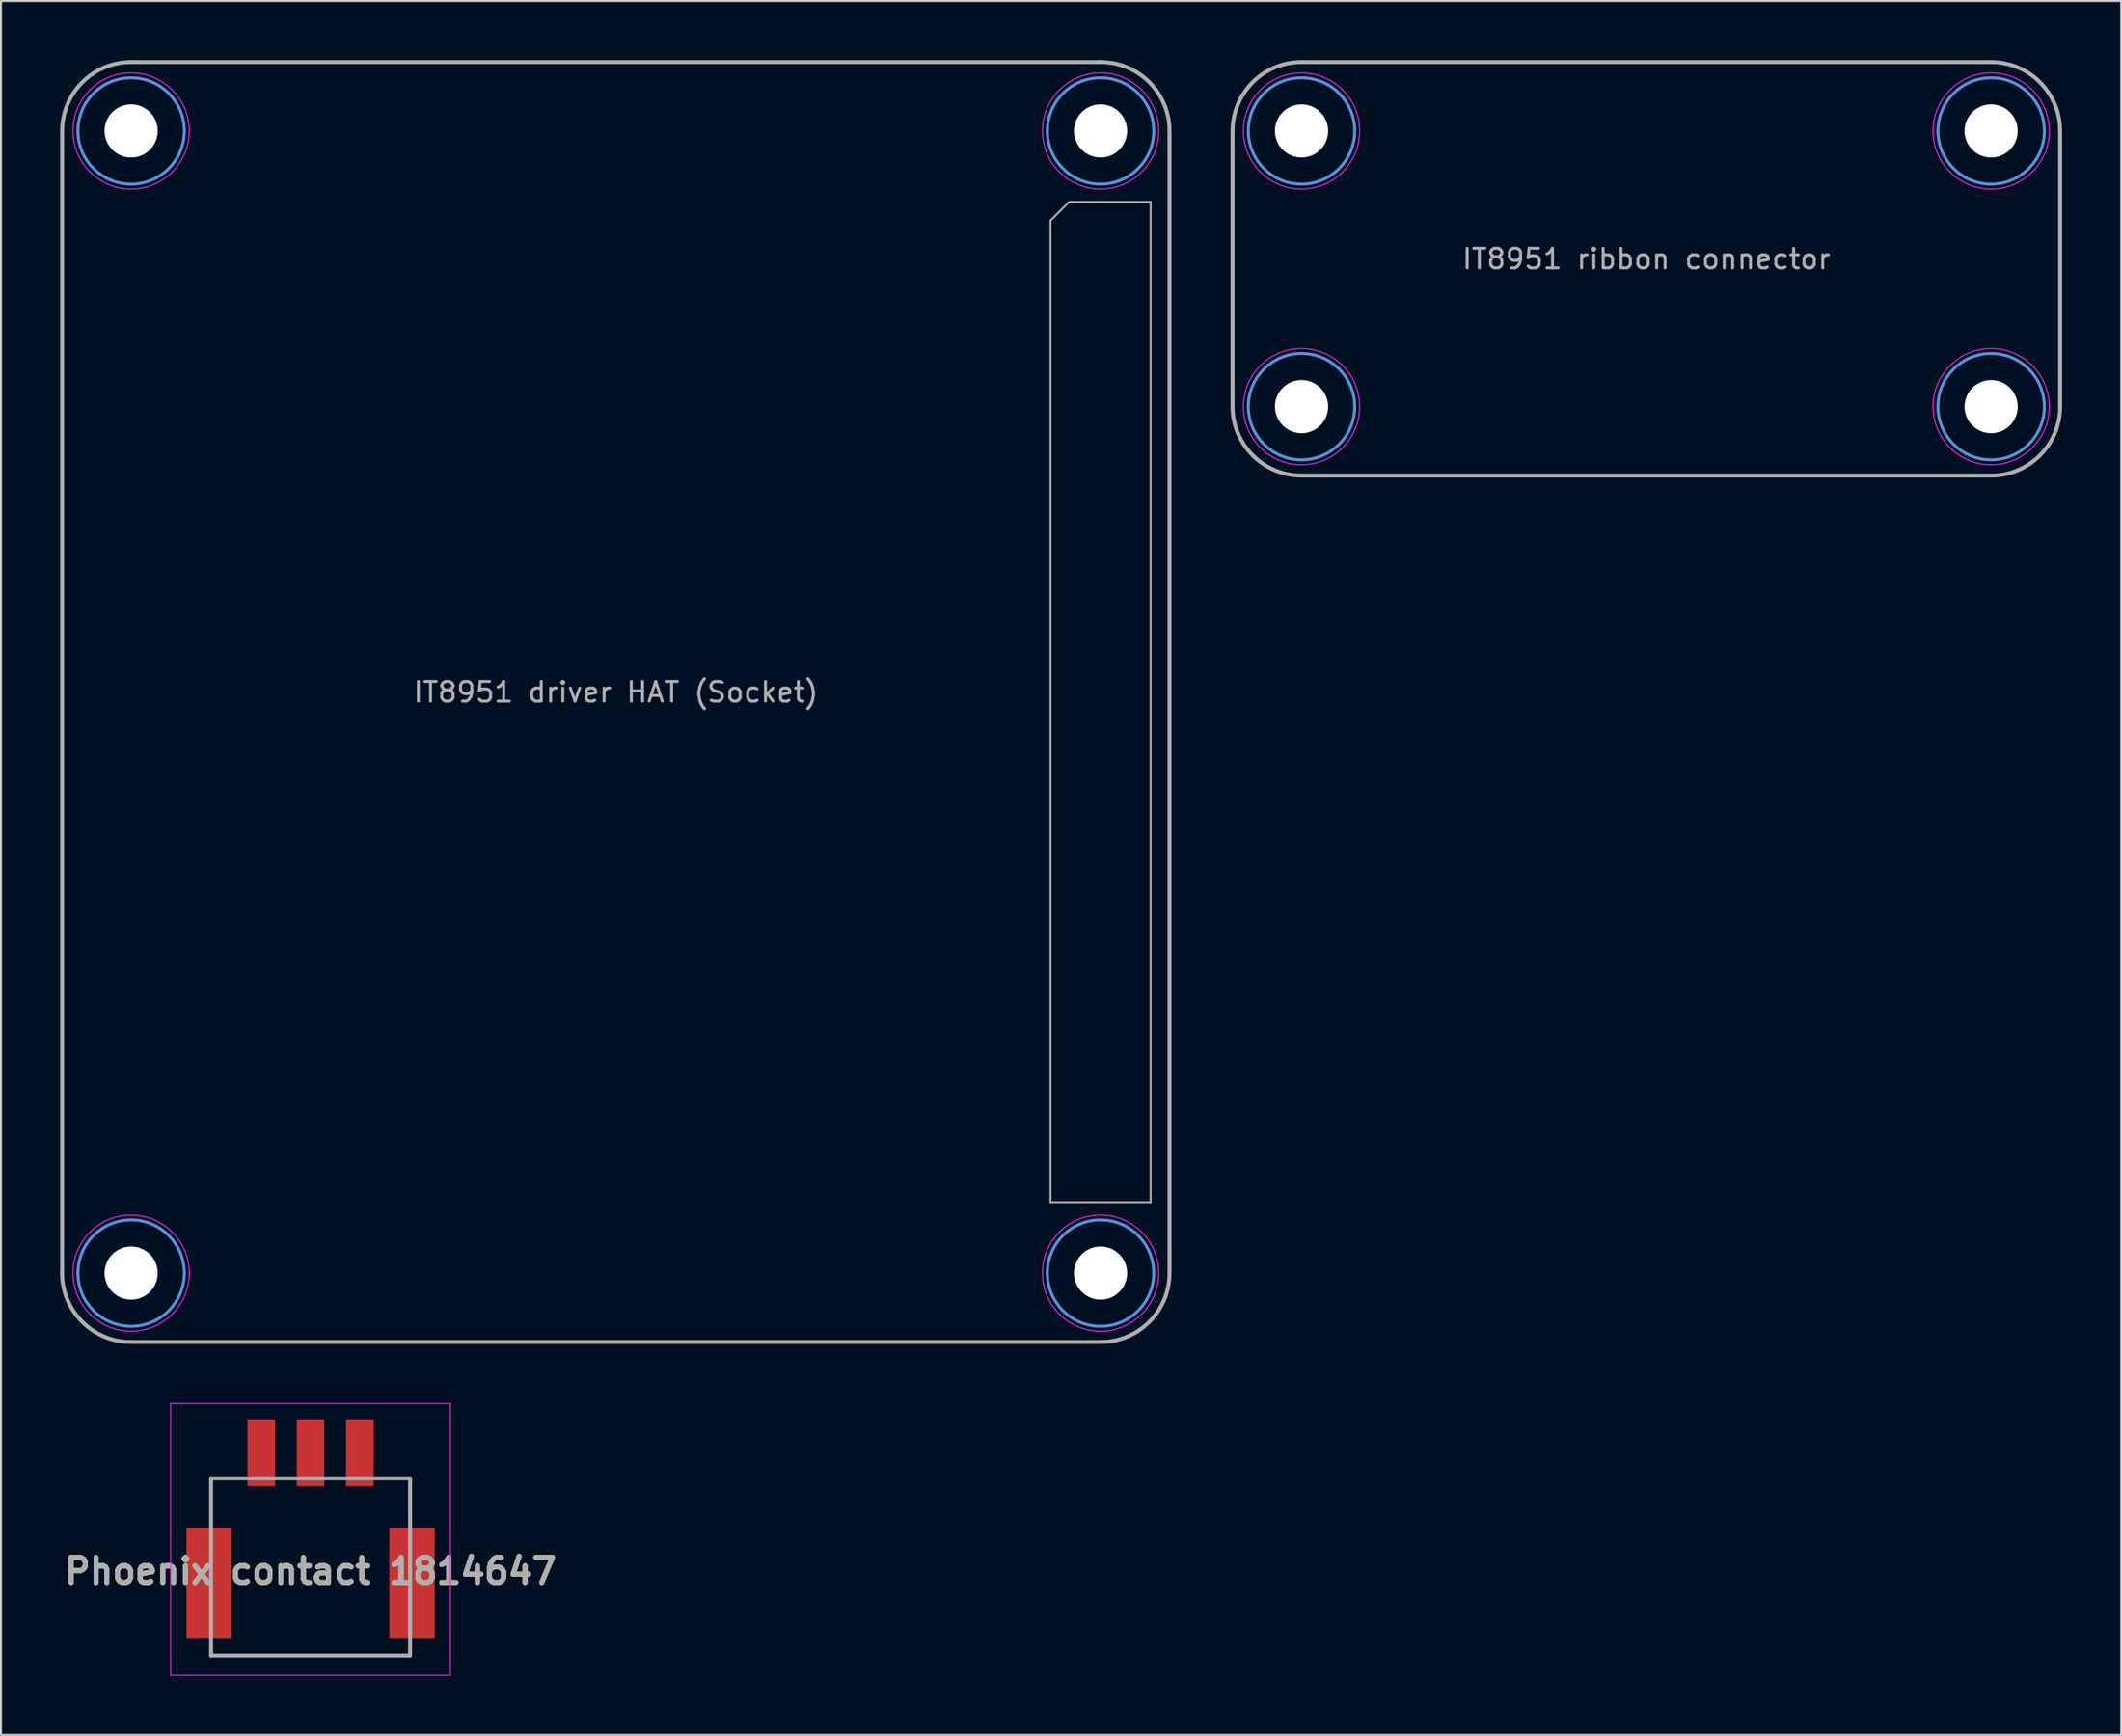
<source format=kicad_pcb>
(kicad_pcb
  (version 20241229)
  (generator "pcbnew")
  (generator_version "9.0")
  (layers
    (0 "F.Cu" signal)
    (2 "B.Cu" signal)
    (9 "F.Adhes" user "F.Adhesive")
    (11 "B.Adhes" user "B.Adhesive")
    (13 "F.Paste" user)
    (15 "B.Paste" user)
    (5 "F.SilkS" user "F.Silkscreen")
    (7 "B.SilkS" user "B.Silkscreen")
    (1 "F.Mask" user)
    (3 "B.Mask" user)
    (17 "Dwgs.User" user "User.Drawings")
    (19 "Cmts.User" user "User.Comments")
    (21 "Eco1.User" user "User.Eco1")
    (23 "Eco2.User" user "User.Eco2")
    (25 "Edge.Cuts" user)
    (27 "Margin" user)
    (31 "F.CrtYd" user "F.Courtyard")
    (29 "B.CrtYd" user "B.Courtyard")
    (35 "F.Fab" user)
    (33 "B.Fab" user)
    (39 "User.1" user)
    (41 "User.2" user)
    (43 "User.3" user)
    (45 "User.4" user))
  (footprint "Phoenix contact 1814647"
    (layer "F.Cu")
    (at 12.712 70.725)
    (property "Reference" "Phoenix contact 1814647" (at 0 6.01 0) (layer "F.SilkS") (effects (font (size 1.27 1.27) (thickness 0.254))))
    (attr smd)
    (fp_line (start 5.05 10.3) (end -5.05 10.3) (stroke (width 0.1) (type solid)) (layer "F.SilkS"))
    (fp_line (start -7.1 -2.5) (end 7.1 -2.5) (stroke (width 0.05) (type solid)) (layer "F.CrtYd"))
    (fp_line (start -7.1 11.3) (end -7.1 -2.5) (stroke (width 0.05) (type solid)) (layer "F.CrtYd"))
    (fp_line (start 7.1 -2.5) (end 7.1 11.3) (stroke (width 0.05) (type solid)) (layer "F.CrtYd"))
    (fp_line (start 7.1 11.3) (end -7.1 11.3) (stroke (width 0.05) (type solid)) (layer "F.CrtYd"))
    (fp_line (start -5.05 1.3) (end 5.05 1.3) (stroke (width 0.2) (type solid)) (layer "F.Fab"))
    (fp_line (start -5.05 10.3) (end -5.05 1.3) (stroke (width 0.2) (type solid)) (layer "F.Fab"))
    (fp_line (start 5.05 1.3) (end 5.05 10.3) (stroke (width 0.2) (type solid)) (layer "F.Fab"))
    (fp_line (start 5.05 10.3) (end -5.05 10.3) (stroke (width 0.2) (type solid)) (layer "F.Fab"))
    (fp_text user "${REFERENCE}" (at 0 6.01 0) (layer "F.Fab") (effects (font (size 1.27 1.27) (thickness 0.254))))
    (pad "1" smd rect (at -2.5 0) (size 1.4 3.4) (layers "F.Cu" "F.Mask" "F.Paste"))
    (pad "2" smd rect (at 0 0) (size 1.4 3.4) (layers "F.Cu" "F.Mask" "F.Paste"))
    (pad "3" smd rect (at 2.5 0) (size 1.4 3.4) (layers "F.Cu" "F.Mask" "F.Paste"))
    (pad "SH" smd rect (at -5.15 6.6) (size 2.3 5.6) (layers "F.Cu" "F.Mask" "F.Paste"))
    (pad "SH" smd rect (at 5.15 6.6) (size 2.3 5.6) (layers "F.Cu" "F.Mask" "F.Paste")))
  (footprint "IT8951 driver HAT (Socket)"
    (layer "F.Cu")
    (at 28.205 32.6)
    (property "Reference" "IT8951 driver HAT (Socket)" (at 0 -0.5 0) (unlocked yes) (layer "F.Fab") (effects (font (size 1 1) (thickness 0.15))))
    (attr smd)
    (fp_circle (center -24.6 -29) (end -24.6 -31.7) (stroke (width 0.15) (type solid)) (fill no) (layer "Cmts.User"))
    (fp_circle (center -24.6 29) (end -24.6 26.3) (stroke (width 0.15) (type solid)) (fill no) (layer "Cmts.User"))
    (fp_circle (center 24.6 -29) (end 24.6 -26.3) (stroke (width 0.15) (type solid)) (fill no) (layer "Cmts.User"))
    (fp_circle (center 24.6 29) (end 27.3 29) (stroke (width 0.15) (type solid)) (fill no) (layer "Cmts.User"))
    (fp_circle (center -24.6 -29) (end -24.6 -31.95) (stroke (width 0.05) (type solid)) (fill no) (layer "F.CrtYd"))
    (fp_circle (center -24.6 29) (end -24.6 26.05) (stroke (width 0.05) (type solid)) (fill no) (layer "F.CrtYd"))
    (fp_circle (center 24.6 -29) (end 24.6 -26.05) (stroke (width 0.05) (type solid)) (fill no) (layer "F.CrtYd"))
    (fp_circle (center 24.6 29) (end 27.55 29) (stroke (width 0.05) (type solid)) (fill no) (layer "F.CrtYd"))
    (fp_line (start -28.1 -29) (end -28.1 29) (stroke (width 0.2) (type solid)) (layer "F.Fab"))
    (fp_line (start 22.06 -24.45) (end 23.01 -25.4) (stroke (width 0.1) (type solid)) (layer "F.Fab"))
    (fp_line (start 22.06 25.4) (end 22.06 -24.45) (stroke (width 0.1) (type solid)) (layer "F.Fab"))
    (fp_line (start 23.01 -25.4) (end 27.14 -25.4) (stroke (width 0.1) (type solid)) (layer "F.Fab"))
    (fp_line (start 24.6 -32.5) (end -24.6 -32.5) (stroke (width 0.2) (type solid)) (layer "F.Fab"))
    (fp_line (start 24.6 32.5) (end -24.6 32.5) (stroke (width 0.2) (type solid)) (layer "F.Fab"))
    (fp_line (start 27.14 -25.4) (end 27.14 25.4) (stroke (width 0.1) (type solid)) (layer "F.Fab"))
    (fp_line (start 27.14 25.4) (end 22.06 25.4) (stroke (width 0.1) (type solid)) (layer "F.Fab"))
    (fp_line (start 28.1 -29) (end 28.1 29) (stroke (width 0.2) (type solid)) (layer "F.Fab"))
    (fp_arc (start -28.1 -29) (mid -27.074874 -31.474873) (end -24.6 -32.5) (stroke (width 0.2) (type solid)) (layer "F.Fab"))
    (fp_arc (start -24.605 32.5) (mid -27.079873 31.474874) (end -28.105 29) (stroke (width 0.2) (type solid)) (layer "F.Fab"))
    (fp_arc (start 24.6 -32.5) (mid 27.074873 -31.474874) (end 28.1 -29) (stroke (width 0.2) (type solid)) (layer "F.Fab"))
    (fp_arc (start 28.1 29) (mid 27.074874 31.474873) (end 24.6 32.5) (stroke (width 0.2) (type solid)) (layer "F.Fab"))
    (pad "" np_thru_hole circle (at -24.6 -29 90) (size 2.7 2.7) (drill 2.7) (layers "*.Cu" "*.Mask"))
    (pad "" np_thru_hole circle (at -24.6 29 90) (size 2.7 2.7) (drill 2.7) (layers "*.Cu" "*.Mask"))
    (pad "" np_thru_hole circle (at 24.6 -29 270) (size 2.7 2.7) (drill 2.7) (layers "*.Cu" "*.Mask"))
    (pad "" np_thru_hole circle (at 24.6 29 270) (size 2.7 2.7) (drill 2.7) (layers "*.Cu" "*.Mask")))
  (footprint "IT8951 ribbon connector"
    (layer "F.Cu")
    (at 80.505 10.6)
    (property "Reference" "IT8951 ribbon connector" (at 0 -0.5 0) (unlocked yes) (layer "F.Fab") (effects (font (size 1 1) (thickness 0.15))))
    (fp_circle (center -17.5 -7) (end -14.8 -7) (stroke (width 0.15) (type solid)) (fill no) (layer "Cmts.User"))
    (fp_circle (center -17.5 7) (end -14.8 7) (stroke (width 0.15) (type solid)) (fill no) (layer "Cmts.User"))
    (fp_circle (center 17.5 -7) (end 20.2 -7) (stroke (width 0.15) (type solid)) (fill no) (layer "Cmts.User"))
    (fp_circle (center 17.5 7) (end 20.2 7) (stroke (width 0.15) (type solid)) (fill no) (layer "Cmts.User"))
    (fp_circle (center -17.5 -7) (end -14.55 -7) (stroke (width 0.05) (type solid)) (fill no) (layer "F.CrtYd"))
    (fp_circle (center -17.5 7) (end -14.55 7) (stroke (width 0.05) (type solid)) (fill no) (layer "F.CrtYd"))
    (fp_circle (center 17.5 -7) (end 20.45 -7) (stroke (width 0.05) (type solid)) (fill no) (layer "F.CrtYd"))
    (fp_circle (center 17.5 7) (end 20.45 7) (stroke (width 0.05) (type solid)) (fill no) (layer "F.CrtYd"))
    (fp_line (start -21 -7) (end -21 7) (stroke (width 0.2) (type solid)) (layer "F.Fab"))
    (fp_line (start -17.5 -10.5) (end 17.5 -10.5) (stroke (width 0.2) (type solid)) (layer "F.Fab"))
    (fp_line (start -17.5 10.5) (end 17.5 10.5) (stroke (width 0.2) (type solid)) (layer "F.Fab"))
    (fp_line (start 21 -7) (end 21 7) (stroke (width 0.2) (type solid)) (layer "F.Fab"))
    (fp_arc (start -21 -7) (mid -19.974874 -9.474873) (end -17.5 -10.5) (stroke (width 0.2) (type solid)) (layer "F.Fab"))
    (fp_arc (start -17.5 10.5) (mid -19.974873 9.474874) (end -21 7) (stroke (width 0.2) (type solid)) (layer "F.Fab"))
    (fp_arc (start 17.5 -10.5) (mid 19.974873 -9.474874) (end 21 -7) (stroke (width 0.2) (type solid)) (layer "F.Fab"))
    (fp_arc (start 21 7) (mid 19.974874 9.474873) (end 17.5 10.5) (stroke (width 0.2) (type solid)) (layer "F.Fab"))
    (pad "" np_thru_hole circle (at -17.5 -7) (size 2.7 2.7) (drill 2.7) (layers "*.Cu" "*.Mask"))
    (pad "" np_thru_hole circle (at -17.5 7 180) (size 2.7 2.7) (drill 2.7) (layers "*.Cu" "*.Mask"))
    (pad "" np_thru_hole circle (at 17.5 -7) (size 2.7 2.7) (drill 2.7) (layers "*.Cu" "*.Mask"))
    (pad "" np_thru_hole circle (at 17.5 7 180) (size 2.7 2.7) (drill 2.7) (layers "*.Cu" "*.Mask")))
  (gr_rect
    (start -3 -3)
    (end 104.605 85.05)
    (stroke (width 0.1) (type default))
    (fill no)
    (layer "Edge.Cuts")))
</source>
